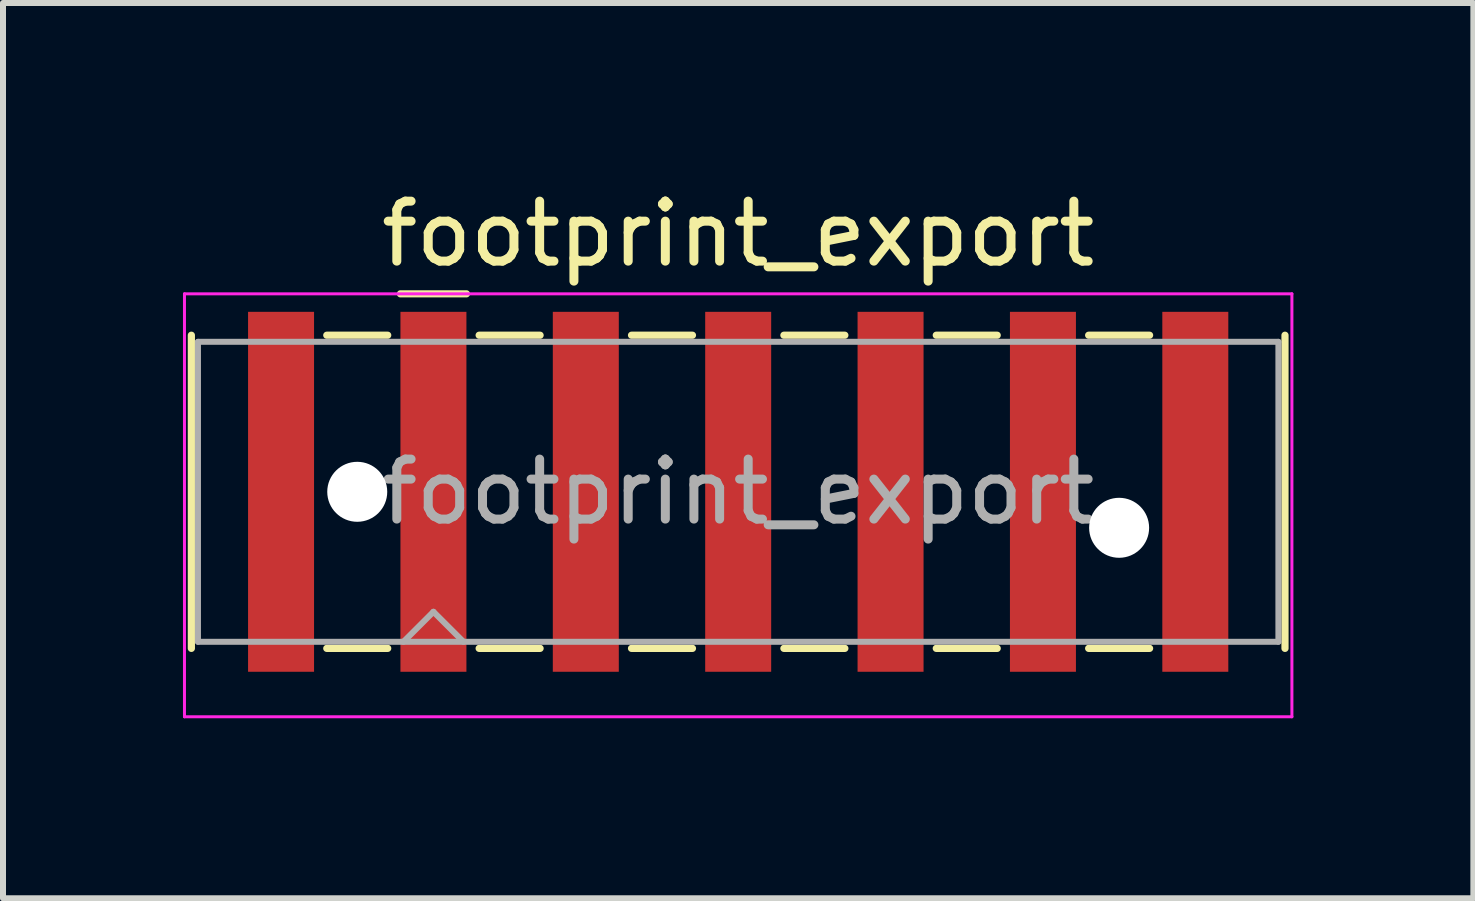
<source format=kicad_pcb>
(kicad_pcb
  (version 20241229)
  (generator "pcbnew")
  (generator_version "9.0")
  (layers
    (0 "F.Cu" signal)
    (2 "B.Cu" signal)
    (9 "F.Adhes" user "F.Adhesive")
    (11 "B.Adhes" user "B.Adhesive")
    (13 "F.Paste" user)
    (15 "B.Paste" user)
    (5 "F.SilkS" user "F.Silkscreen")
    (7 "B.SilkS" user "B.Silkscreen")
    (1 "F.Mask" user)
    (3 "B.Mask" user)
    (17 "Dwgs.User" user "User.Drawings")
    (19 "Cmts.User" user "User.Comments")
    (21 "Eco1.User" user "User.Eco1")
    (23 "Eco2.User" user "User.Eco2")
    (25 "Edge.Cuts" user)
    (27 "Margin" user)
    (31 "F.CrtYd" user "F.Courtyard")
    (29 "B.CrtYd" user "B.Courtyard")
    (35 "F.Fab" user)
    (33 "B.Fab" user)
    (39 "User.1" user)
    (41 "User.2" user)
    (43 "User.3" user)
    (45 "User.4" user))
  (footprint "footprint_export"
    (layer "F.Cu")
    (at 9.255 5.148)
    (property "Reference" "footprint_export" (at 0 -4.3 0) (layer "F.SilkS") (effects (font (size 1 1) (thickness 0.15))))
    (attr smd)
    (fp_line (start -9.115 -2.61) (end -9.115 2.61) (stroke (width 0.12) (type solid)) (layer "F.SilkS"))
    (fp_line (start -6.858 -2.61) (end -5.842 -2.61) (stroke (width 0.12) (type solid)) (layer "F.SilkS"))
    (fp_line (start -6.858 2.61) (end -5.842 2.61) (stroke (width 0.12) (type solid)) (layer "F.SilkS"))
    (fp_line (start -5.63 -3.3) (end -4.53 -3.3) (stroke (width 0.12) (type solid)) (layer "F.SilkS"))
    (fp_line (start -4.318 -2.61) (end -3.302 -2.61) (stroke (width 0.12) (type solid)) (layer "F.SilkS"))
    (fp_line (start -4.318 2.61) (end -3.302 2.61) (stroke (width 0.12) (type solid)) (layer "F.SilkS"))
    (fp_line (start -1.778 -2.61) (end -0.762 -2.61) (stroke (width 0.12) (type solid)) (layer "F.SilkS"))
    (fp_line (start -1.778 2.61) (end -0.762 2.61) (stroke (width 0.12) (type solid)) (layer "F.SilkS"))
    (fp_line (start 0.762 -2.61) (end 1.778 -2.61) (stroke (width 0.12) (type solid)) (layer "F.SilkS"))
    (fp_line (start 0.762 2.61) (end 1.778 2.61) (stroke (width 0.12) (type solid)) (layer "F.SilkS"))
    (fp_line (start 3.302 -2.61) (end 4.318 -2.61) (stroke (width 0.12) (type solid)) (layer "F.SilkS"))
    (fp_line (start 3.302 2.61) (end 4.318 2.61) (stroke (width 0.12) (type solid)) (layer "F.SilkS"))
    (fp_line (start 5.842 -2.61) (end 6.858 -2.61) (stroke (width 0.12) (type solid)) (layer "F.SilkS"))
    (fp_line (start 5.842 2.61) (end 6.858 2.61) (stroke (width 0.12) (type solid)) (layer "F.SilkS"))
    (fp_line (start 9.115 -2.61) (end 9.115 2.61) (stroke (width 0.12) (type solid)) (layer "F.SilkS"))
    (fp_line (start -9.23 -3.3) (end -9.23 3.75) (stroke (width 0.05) (type solid)) (layer "F.CrtYd"))
    (fp_line (start -9.23 3.75) (end 9.23 3.75) (stroke (width 0.05) (type solid)) (layer "F.CrtYd"))
    (fp_line (start 9.23 -3.3) (end -9.23 -3.3) (stroke (width 0.05) (type solid)) (layer "F.CrtYd"))
    (fp_line (start 9.23 3.75) (end 9.23 -3.3) (stroke (width 0.05) (type solid)) (layer "F.CrtYd"))
    (fp_line (start -9.005 -2.5) (end -9.005 2.5) (stroke (width 0.1) (type solid)) (layer "F.Fab"))
    (fp_line (start -9.005 2.5) (end 9.005 2.5) (stroke (width 0.1) (type solid)) (layer "F.Fab"))
    (fp_line (start -5.58 2.5) (end -5.08 2) (stroke (width 0.1) (type solid)) (layer "F.Fab"))
    (fp_line (start -5.08 2) (end -4.58 2.5) (stroke (width 0.1) (type solid)) (layer "F.Fab"))
    (fp_line (start 9.005 -2.5) (end -9.005 -2.5) (stroke (width 0.1) (type solid)) (layer "F.Fab"))
    (fp_line (start 9.005 2.5) (end 9.005 -2.5) (stroke (width 0.1) (type solid)) (layer "F.Fab"))
    (fp_text user "${REFERENCE}" (at 0 0 0) (layer "F.Fab") (effects (font (size 1 1) (thickness 0.15))))
    (pad "" np_thru_hole circle (at -6.35 0) (size 1 1) (drill 1) (layers "*.Cu" "*.Mask"))
    (pad "" np_thru_hole circle (at 6.35 0.6) (size 1 1) (drill 1) (layers "*.Cu" "*.Mask"))
    (pad "1" smd rect (at -5.08 0) (size 1.1 6) (layers "F.Cu" "F.Mask" "F.Paste"))
    (pad "2" smd rect (at -2.54 0) (size 1.1 6) (layers "F.Cu" "F.Mask" "F.Paste"))
    (pad "3" smd rect (at 0 0) (size 1.1 6) (layers "F.Cu" "F.Mask" "F.Paste"))
    (pad "4" smd rect (at 2.54 0) (size 1.1 6) (layers "F.Cu" "F.Mask" "F.Paste"))
    (pad "5" smd rect (at 5.08 0) (size 1.1 6) (layers "F.Cu" "F.Mask" "F.Paste"))
    (pad "MP" smd rect (at -7.62 0) (size 1.1 6) (layers "F.Cu" "F.Mask" "F.Paste"))
    (pad "MP" smd rect (at 7.62 0) (size 1.1 6) (layers "F.Cu" "F.Mask" "F.Paste")))
  (gr_rect
    (start -3 -3)
    (end 21.51 11.923)
    (stroke (width 0.1) (type default))
    (fill no)
    (layer "Edge.Cuts")))
</source>
